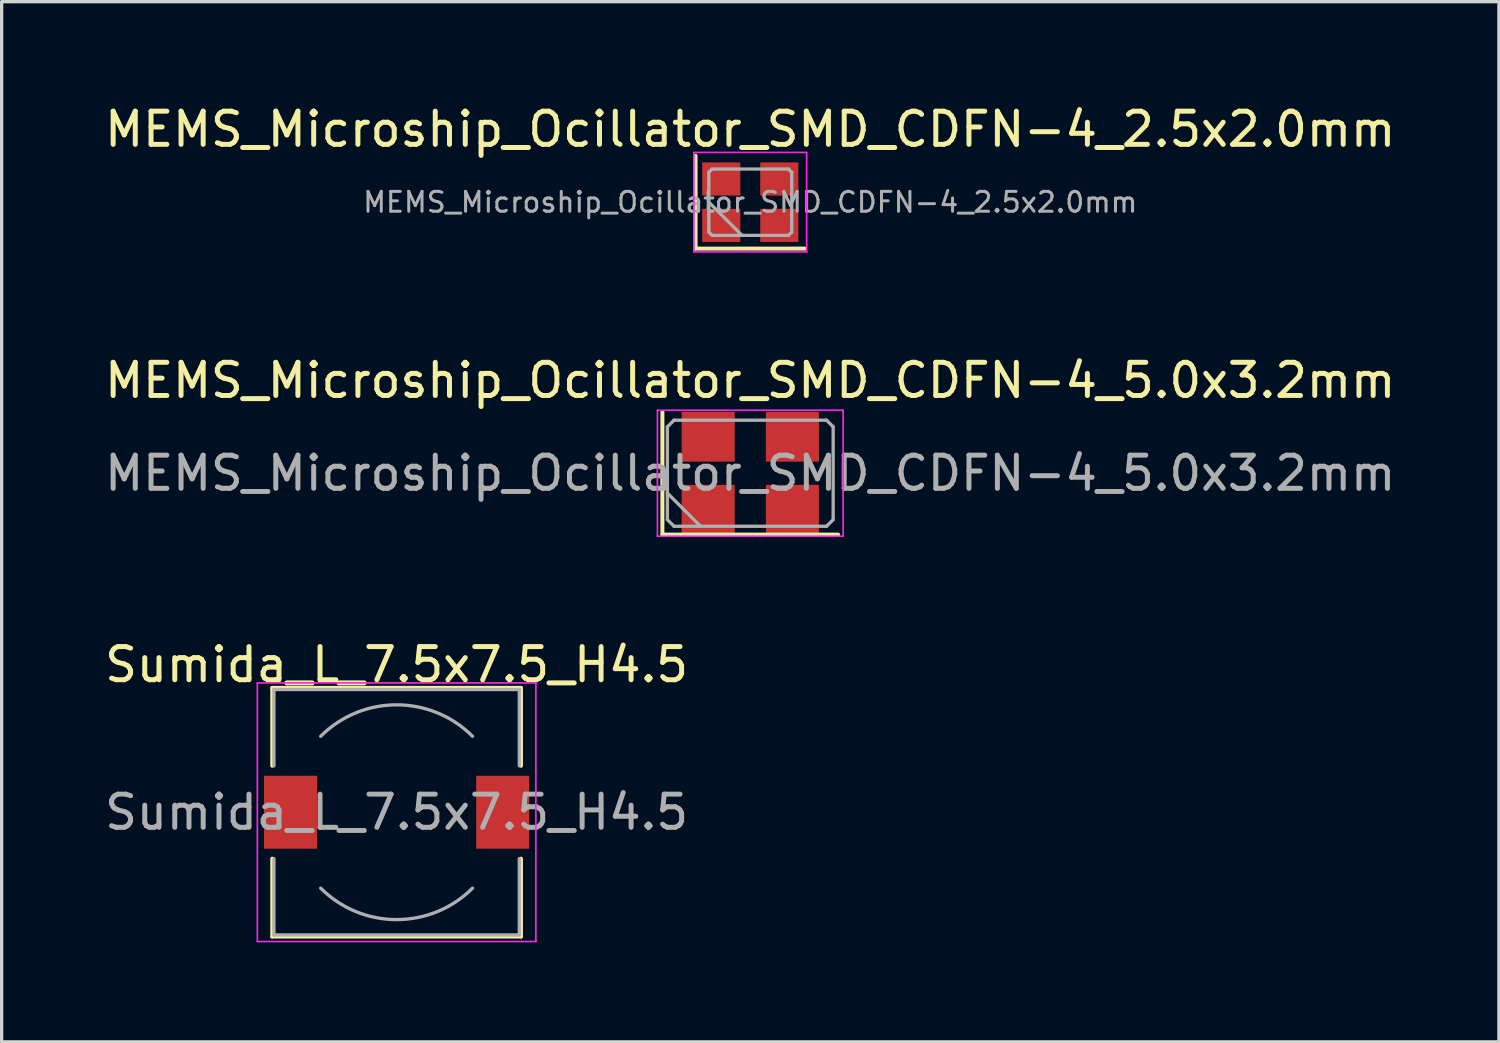
<source format=kicad_pcb>
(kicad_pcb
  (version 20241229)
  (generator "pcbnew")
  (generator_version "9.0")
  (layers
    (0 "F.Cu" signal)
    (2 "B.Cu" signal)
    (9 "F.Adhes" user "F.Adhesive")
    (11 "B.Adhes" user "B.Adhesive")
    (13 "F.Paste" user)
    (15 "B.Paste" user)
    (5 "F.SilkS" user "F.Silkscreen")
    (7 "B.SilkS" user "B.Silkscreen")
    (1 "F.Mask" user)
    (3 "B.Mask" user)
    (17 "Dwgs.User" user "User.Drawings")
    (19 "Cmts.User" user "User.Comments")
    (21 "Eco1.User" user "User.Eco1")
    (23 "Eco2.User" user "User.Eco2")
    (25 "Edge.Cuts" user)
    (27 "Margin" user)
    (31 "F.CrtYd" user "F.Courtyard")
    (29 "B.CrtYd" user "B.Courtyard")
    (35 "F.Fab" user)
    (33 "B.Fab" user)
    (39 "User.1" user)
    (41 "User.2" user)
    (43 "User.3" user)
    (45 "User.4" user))
  (footprint "MEMS_Microship_Ocillator_SMD_CDFN-4_2.5x2.0mm"
    (layer "F.Cu")
    (at 19.577 3.048)
    (property "Reference" "MEMS_Microship_Ocillator_SMD_CDFN-4_2.5x2.0mm" (at 0 -2.2 0) (layer "F.SilkS") (effects (font (size 1 1) (thickness 0.15))))
    (attr smd)
    (fp_line (start -1.65 -1.4) (end -1.65 1.4) (stroke (width 0.12) (type solid)) (layer "F.SilkS"))
    (fp_line (start -1.65 1.4) (end 1.65 1.4) (stroke (width 0.12) (type solid)) (layer "F.SilkS"))
    (fp_line (start -1.7 -1.5) (end -1.7 1.5) (stroke (width 0.05) (type solid)) (layer "F.CrtYd"))
    (fp_line (start -1.7 1.5) (end 1.7 1.5) (stroke (width 0.05) (type solid)) (layer "F.CrtYd"))
    (fp_line (start 1.7 -1.5) (end -1.7 -1.5) (stroke (width 0.05) (type solid)) (layer "F.CrtYd"))
    (fp_line (start 1.7 1.5) (end 1.7 -1.5) (stroke (width 0.05) (type solid)) (layer "F.CrtYd"))
    (fp_line (start -1.25 -0.9) (end -1.15 -1) (stroke (width 0.1) (type solid)) (layer "F.Fab"))
    (fp_line (start -1.25 0) (end -0.25 1) (stroke (width 0.1) (type solid)) (layer "F.Fab"))
    (fp_line (start -1.25 0.9) (end -1.25 -0.9) (stroke (width 0.1) (type solid)) (layer "F.Fab"))
    (fp_line (start -1.15 -1) (end 1.15 -1) (stroke (width 0.1) (type solid)) (layer "F.Fab"))
    (fp_line (start -1.15 1) (end -1.25 0.9) (stroke (width 0.1) (type solid)) (layer "F.Fab"))
    (fp_line (start 1.15 -1) (end 1.25 -0.9) (stroke (width 0.1) (type solid)) (layer "F.Fab"))
    (fp_line (start 1.15 1) (end -1.15 1) (stroke (width 0.1) (type solid)) (layer "F.Fab"))
    (fp_line (start 1.25 -0.9) (end 1.25 0.9) (stroke (width 0.1) (type solid)) (layer "F.Fab"))
    (fp_line (start 1.25 0.9) (end 1.15 1) (stroke (width 0.1) (type solid)) (layer "F.Fab"))
    (fp_text user "${REFERENCE}" (at 0 0 0) (layer "F.Fab") (effects (font (size 0.6 0.6) (thickness 0.09))))
    (pad "1" smd rect (at -0.875 0.7) (size 1.15 1) (layers "F.Cu" "F.Mask" "F.Paste"))
    (pad "2" smd rect (at 0.875 0.7) (size 1.15 1) (layers "F.Cu" "F.Mask" "F.Paste"))
    (pad "3" smd rect (at 0.875 -0.7) (size 1.15 1) (layers "F.Cu" "F.Mask" "F.Paste"))
    (pad "4" smd rect (at -0.875 -0.7) (size 1.15 1) (layers "F.Cu" "F.Mask" "F.Paste")))
  (footprint "Sumida_L_7.5x7.5_H4.5"
    (layer "F.Cu")
    (at 8.911 21.445)
    (property "Reference" "Sumida_L_7.5x7.5_H4.5" (at 0 -4.45 0) (layer "F.SilkS") (effects (font (size 1 1) (thickness 0.15))))
    (attr smd)
    (fp_line (start -3.75 -3.75) (end 3.75 -3.75) (stroke (width 0.12) (type solid)) (layer "F.SilkS"))
    (fp_line (start -3.75 -1.4) (end -3.75 -3.75) (stroke (width 0.12) (type solid)) (layer "F.SilkS"))
    (fp_line (start -3.75 3.75) (end -3.75 1.4) (stroke (width 0.12) (type solid)) (layer "F.SilkS"))
    (fp_line (start 3.75 -3.75) (end 3.75 -1.4) (stroke (width 0.12) (type solid)) (layer "F.SilkS"))
    (fp_line (start 3.75 1.4) (end 3.75 3.75) (stroke (width 0.12) (type solid)) (layer "F.SilkS"))
    (fp_line (start 3.75 3.75) (end -3.75 3.75) (stroke (width 0.12) (type solid)) (layer "F.SilkS"))
    (fp_line (start -4.2 -3.9) (end -4.2 3.9) (stroke (width 0.05) (type solid)) (layer "F.CrtYd"))
    (fp_line (start -4.2 3.9) (end 4.2 3.9) (stroke (width 0.05) (type solid)) (layer "F.CrtYd"))
    (fp_line (start 4.2 -3.9) (end -4.2 -3.9) (stroke (width 0.05) (type solid)) (layer "F.CrtYd"))
    (fp_line (start 4.2 3.9) (end 4.2 -3.9) (stroke (width 0.05) (type solid)) (layer "F.CrtYd"))
    (fp_line (start -3.7 -3.7) (end -3.7 -1.4) (stroke (width 0.1) (type solid)) (layer "F.Fab"))
    (fp_line (start -3.7 -3.7) (end 3.7 -3.7) (stroke (width 0.1) (type solid)) (layer "F.Fab"))
    (fp_line (start -3.7 3.7) (end -3.7 1.4) (stroke (width 0.1) (type solid)) (layer "F.Fab"))
    (fp_line (start 3.7 -3.7) (end 3.7 -1.4) (stroke (width 0.1) (type solid)) (layer "F.Fab"))
    (fp_line (start 3.7 3.7) (end -3.7 3.7) (stroke (width 0.1) (type solid)) (layer "F.Fab"))
    (fp_line (start 3.7 3.7) (end 3.7 1.4) (stroke (width 0.1) (type solid)) (layer "F.Fab"))
    (fp_arc (start -2.29 -2.29) (mid 0 -3.238549) (end 2.29 -2.29) (stroke (width 0.1) (type solid)) (layer "F.Fab"))
    (fp_arc (start 2.29 2.29) (mid 0 3.238549) (end -2.29 2.29) (stroke (width 0.1) (type solid)) (layer "F.Fab"))
    (fp_text user "${REFERENCE}" (at 0 0 0) (layer "F.Fab") (effects (font (size 1 1) (thickness 0.15))))
    (pad "1" smd rect (at -3.2 0) (size 1.6 2.2) (layers "F.Cu" "F.Mask" "F.Paste"))
    (pad "2" smd rect (at 3.2 0) (size 1.6 2.2) (layers "F.Cu" "F.Mask" "F.Paste")))
  (footprint "MEMS_Microship_Ocillator_SMD_CDFN-4_5.0x3.2mm"
    (layer "F.Cu")
    (at 19.577 11.222)
    (property "Reference" "MEMS_Microship_Ocillator_SMD_CDFN-4_5.0x3.2mm" (at 0 -2.8 0) (layer "F.SilkS") (effects (font (size 1 1) (thickness 0.15))))
    (attr smd)
    (fp_line (start -2.65 -1.85) (end -2.65 1.85) (stroke (width 0.12) (type solid)) (layer "F.SilkS"))
    (fp_line (start -2.65 1.85) (end 2.65 1.85) (stroke (width 0.12) (type solid)) (layer "F.SilkS"))
    (fp_line (start -2.8 -1.9) (end -2.8 1.9) (stroke (width 0.05) (type solid)) (layer "F.CrtYd"))
    (fp_line (start -2.8 1.9) (end 2.8 1.9) (stroke (width 0.05) (type solid)) (layer "F.CrtYd"))
    (fp_line (start 2.8 -1.9) (end -2.8 -1.9) (stroke (width 0.05) (type solid)) (layer "F.CrtYd"))
    (fp_line (start 2.8 1.9) (end 2.8 -1.9) (stroke (width 0.05) (type solid)) (layer "F.CrtYd"))
    (fp_line (start -2.5 -1.4) (end -2.3 -1.6) (stroke (width 0.1) (type solid)) (layer "F.Fab"))
    (fp_line (start -2.5 0.6) (end -1.5 1.6) (stroke (width 0.1) (type solid)) (layer "F.Fab"))
    (fp_line (start -2.5 1.4) (end -2.5 -1.4) (stroke (width 0.1) (type solid)) (layer "F.Fab"))
    (fp_line (start -2.3 -1.6) (end 2.3 -1.6) (stroke (width 0.1) (type solid)) (layer "F.Fab"))
    (fp_line (start -2.3 1.6) (end -2.5 1.4) (stroke (width 0.1) (type solid)) (layer "F.Fab"))
    (fp_line (start 2.3 -1.6) (end 2.5 -1.4) (stroke (width 0.1) (type solid)) (layer "F.Fab"))
    (fp_line (start 2.3 1.6) (end -2.3 1.6) (stroke (width 0.1) (type solid)) (layer "F.Fab"))
    (fp_line (start 2.5 -1.4) (end 2.5 1.4) (stroke (width 0.1) (type solid)) (layer "F.Fab"))
    (fp_line (start 2.5 1.4) (end 2.3 1.6) (stroke (width 0.1) (type solid)) (layer "F.Fab"))
    (fp_text user "${REFERENCE}" (at 0 0 0) (layer "F.Fab") (effects (font (size 1 1) (thickness 0.15))))
    (pad "1" smd rect (at -1.27 1.1) (size 1.6 1.5) (layers "F.Cu" "F.Mask" "F.Paste"))
    (pad "2" smd rect (at 1.27 1.1) (size 1.6 1.5) (layers "F.Cu" "F.Mask" "F.Paste"))
    (pad "3" smd rect (at 1.27 -1.1) (size 1.6 1.5) (layers "F.Cu" "F.Mask" "F.Paste"))
    (pad "4" smd rect (at -1.27 -1.1) (size 1.6 1.5) (layers "F.Cu" "F.Mask" "F.Paste")))
  (gr_rect
    (start -3 -3)
    (end 42.155 28.37)
    (stroke (width 0.1) (type default))
    (fill no)
    (layer "Edge.Cuts")))
</source>
